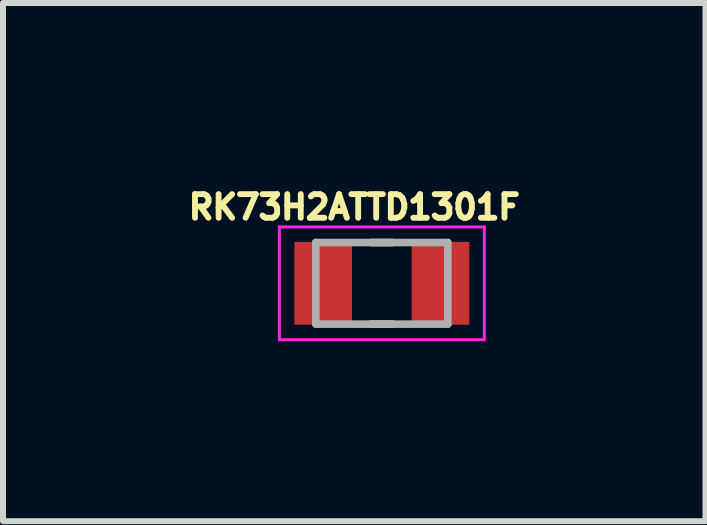
<source format=kicad_pcb>
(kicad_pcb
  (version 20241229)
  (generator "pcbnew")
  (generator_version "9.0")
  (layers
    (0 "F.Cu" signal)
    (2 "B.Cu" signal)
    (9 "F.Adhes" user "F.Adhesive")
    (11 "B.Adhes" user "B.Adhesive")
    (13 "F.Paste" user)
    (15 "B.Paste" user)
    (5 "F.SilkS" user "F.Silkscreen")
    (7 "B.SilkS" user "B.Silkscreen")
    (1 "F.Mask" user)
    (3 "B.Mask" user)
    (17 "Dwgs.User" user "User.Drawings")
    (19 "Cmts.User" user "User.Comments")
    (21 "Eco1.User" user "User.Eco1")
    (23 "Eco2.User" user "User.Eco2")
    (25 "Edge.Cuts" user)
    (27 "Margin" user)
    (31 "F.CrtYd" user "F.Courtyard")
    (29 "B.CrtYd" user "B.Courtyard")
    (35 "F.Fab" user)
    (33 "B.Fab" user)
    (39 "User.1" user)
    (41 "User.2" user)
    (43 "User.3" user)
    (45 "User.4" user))
  (footprint "RK73H2ATTD1301F"
    (layer "F.Cu")
    (at 3.315 1.673)
    (property "Reference" "RK73H2ATTD1301F" (at -0.46 -1.27 0) (layer "F.SilkS") (effects (font (size 0.394 0.394) (thickness 0.098))))
    (attr smd)
    (fp_line (start -0.18 -0.68) (end 0.18 -0.68) (stroke (width 0.127) (type solid)) (layer "F.SilkS"))
    (fp_line (start -0.18 0.68) (end 0.18 0.68) (stroke (width 0.127) (type solid)) (layer "F.SilkS"))
    (fp_line (start -1.708 -0.94) (end 1.708 -0.94) (stroke (width 0.05) (type solid)) (layer "F.CrtYd"))
    (fp_line (start -1.708 0.94) (end -1.708 -0.94) (stroke (width 0.05) (type solid)) (layer "F.CrtYd"))
    (fp_line (start -1.708 0.94) (end 1.708 0.94) (stroke (width 0.05) (type solid)) (layer "F.CrtYd"))
    (fp_line (start 1.708 0.94) (end 1.708 -0.94) (stroke (width 0.05) (type solid)) (layer "F.CrtYd"))
    (fp_line (start -1.1 0.68) (end -1.1 -0.68) (stroke (width 0.127) (type solid)) (layer "F.Fab"))
    (fp_line (start 1.1 -0.68) (end -1.1 -0.68) (stroke (width 0.127) (type solid)) (layer "F.Fab"))
    (fp_line (start 1.1 0.68) (end -1.1 0.68) (stroke (width 0.127) (type solid)) (layer "F.Fab"))
    (fp_line (start 1.1 0.68) (end 1.1 -0.68) (stroke (width 0.127) (type solid)) (layer "F.Fab"))
    (pad "1" smd rect (at -0.978 0) (size 0.96 1.38) (layers "F.Cu" "F.Mask" "F.Paste"))
    (pad "2" smd rect (at 0.978 0) (size 0.96 1.38) (layers "F.Cu" "F.Mask" "F.Paste")))
  (gr_rect
    (start -3 -3)
    (end 8.71 5.638)
    (stroke (width 0.1) (type default))
    (fill no)
    (layer "Edge.Cuts")))
</source>
